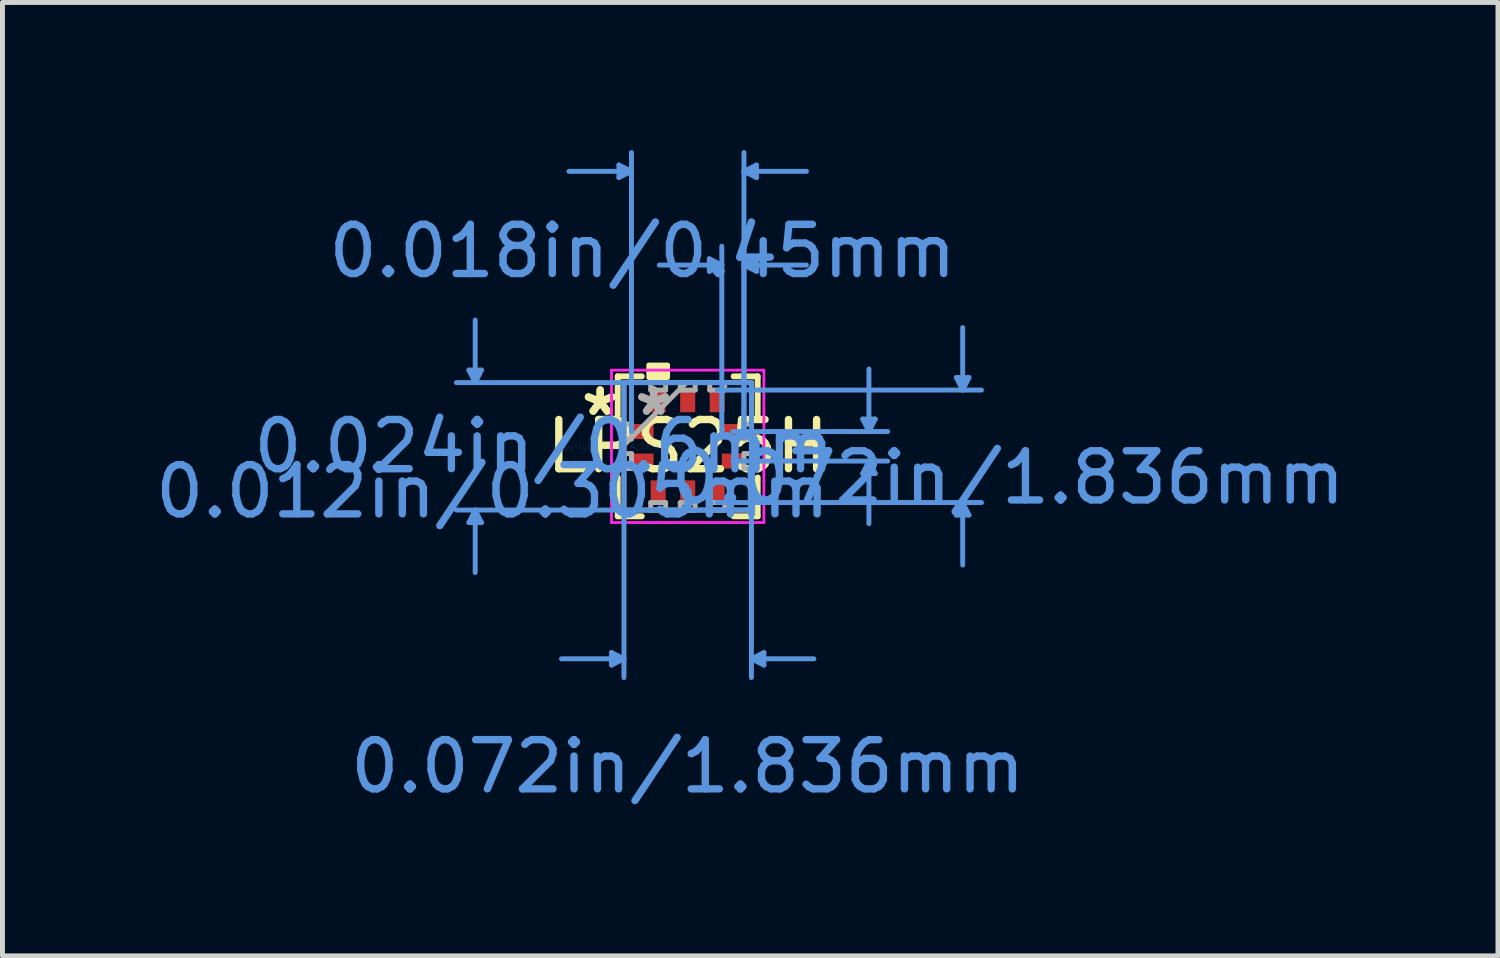
<source format=kicad_pcb>
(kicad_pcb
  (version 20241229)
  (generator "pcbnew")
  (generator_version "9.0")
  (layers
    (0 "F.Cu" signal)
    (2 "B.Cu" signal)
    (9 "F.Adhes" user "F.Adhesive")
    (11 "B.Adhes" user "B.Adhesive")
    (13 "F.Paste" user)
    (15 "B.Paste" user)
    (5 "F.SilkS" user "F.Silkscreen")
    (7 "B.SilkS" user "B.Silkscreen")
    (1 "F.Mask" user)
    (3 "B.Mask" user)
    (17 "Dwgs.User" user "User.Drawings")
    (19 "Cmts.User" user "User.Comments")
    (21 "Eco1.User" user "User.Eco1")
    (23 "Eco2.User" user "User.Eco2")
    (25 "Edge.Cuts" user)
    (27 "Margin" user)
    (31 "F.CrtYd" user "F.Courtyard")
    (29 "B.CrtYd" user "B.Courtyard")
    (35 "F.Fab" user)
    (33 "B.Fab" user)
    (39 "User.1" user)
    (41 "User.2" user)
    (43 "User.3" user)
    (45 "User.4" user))
  (footprint "LPS25H"
    (layer "F.Cu")
    (at 10.924 6.019)
    (property "Reference" "LPS25H" (at 0 0 0) (layer "F.SilkS") (effects (font (size 1 1) (thickness 0.15))))
    (attr through_hole)
    (fp_line (start -1.422 -1.422) (end -1.422 -0.633) (stroke (width 0.12) (type solid)) (layer "F.SilkS"))
    (fp_line (start -1.422 0.633) (end -1.422 1.422) (stroke (width 0.12) (type solid)) (layer "F.SilkS"))
    (fp_line (start -1.422 1.422) (end -0.933 1.422) (stroke (width 0.12) (type solid)) (layer "F.SilkS"))
    (fp_line (start -0.933 -1.422) (end -1.422 -1.422) (stroke (width 0.12) (type solid)) (layer "F.SilkS"))
    (fp_line (start 0.933 1.422) (end 1.422 1.422) (stroke (width 0.12) (type solid)) (layer "F.SilkS"))
    (fp_line (start 1.422 -1.422) (end 0.933 -1.422) (stroke (width 0.12) (type solid)) (layer "F.SilkS"))
    (fp_line (start 1.422 -0.633) (end 1.422 -1.422) (stroke (width 0.12) (type solid)) (layer "F.SilkS"))
    (fp_line (start 1.422 1.422) (end 1.422 0.633) (stroke (width 0.12) (type solid)) (layer "F.SilkS"))
    (fp_poly (pts (xy -0.79 -1.397) (xy -0.79 -1.651) (xy -0.409 -1.651) (xy -0.409 -1.397)) (stroke (width 0.1) (type solid)) (fill yes) (layer "F.SilkS"))
    (fp_line (start -4.445 -1.549) (end -4.191 -1.549) (stroke (width 0.1) (type solid)) (layer "Cmts.User"))
    (fp_line (start -4.445 1.549) (end -4.191 1.549) (stroke (width 0.1) (type solid)) (layer "Cmts.User"))
    (fp_line (start -4.318 -1.295) (end -4.445 -1.549) (stroke (width 0.1) (type solid)) (layer "Cmts.User"))
    (fp_line (start -4.318 -1.295) (end -4.318 -2.565) (stroke (width 0.1) (type solid)) (layer "Cmts.User"))
    (fp_line (start -4.318 -1.295) (end -4.191 -1.549) (stroke (width 0.1) (type solid)) (layer "Cmts.User"))
    (fp_line (start -4.318 1.295) (end -4.445 1.549) (stroke (width 0.1) (type solid)) (layer "Cmts.User"))
    (fp_line (start -4.318 1.295) (end -4.318 2.565) (stroke (width 0.1) (type solid)) (layer "Cmts.User"))
    (fp_line (start -4.318 1.295) (end -4.191 1.549) (stroke (width 0.1) (type solid)) (layer "Cmts.User"))
    (fp_line (start -1.549 4.191) (end -1.549 4.445) (stroke (width 0.1) (type solid)) (layer "Cmts.User"))
    (fp_line (start -1.397 -5.715) (end -1.397 -5.461) (stroke (width 0.1) (type solid)) (layer "Cmts.User"))
    (fp_line (start -1.295 -1.295) (end -1.295 4.699) (stroke (width 0.1) (type solid)) (layer "Cmts.User"))
    (fp_line (start -1.295 4.318) (end -2.565 4.318) (stroke (width 0.1) (type solid)) (layer "Cmts.User"))
    (fp_line (start -1.295 4.318) (end -1.549 4.191) (stroke (width 0.1) (type solid)) (layer "Cmts.User"))
    (fp_line (start -1.295 4.318) (end -1.549 4.445) (stroke (width 0.1) (type solid)) (layer "Cmts.User"))
    (fp_line (start -1.143 -5.588) (end -2.413 -5.588) (stroke (width 0.1) (type solid)) (layer "Cmts.User"))
    (fp_line (start -1.143 -5.588) (end -1.397 -5.715) (stroke (width 0.1) (type solid)) (layer "Cmts.User"))
    (fp_line (start -1.143 -5.588) (end -1.397 -5.461) (stroke (width 0.1) (type solid)) (layer "Cmts.User"))
    (fp_line (start -1.143 -0.3) (end -1.143 -5.969) (stroke (width 0.1) (type solid)) (layer "Cmts.User"))
    (fp_line (start 0.439 -3.81) (end 0.439 -3.556) (stroke (width 0.1) (type solid)) (layer "Cmts.User"))
    (fp_line (start 0.6 -1.143) (end 5.969 -1.143) (stroke (width 0.1) (type solid)) (layer "Cmts.User"))
    (fp_line (start 0.6 1.143) (end 5.969 1.143) (stroke (width 0.1) (type solid)) (layer "Cmts.User"))
    (fp_line (start 0.693 -3.683) (end -0.577 -3.683) (stroke (width 0.1) (type solid)) (layer "Cmts.User"))
    (fp_line (start 0.693 -3.683) (end 0.439 -3.81) (stroke (width 0.1) (type solid)) (layer "Cmts.User"))
    (fp_line (start 0.693 -3.683) (end 0.439 -3.556) (stroke (width 0.1) (type solid)) (layer "Cmts.User"))
    (fp_line (start 0.693 -0.3) (end 0.693 -4.064) (stroke (width 0.1) (type solid)) (layer "Cmts.User"))
    (fp_line (start 0.918 -0.3) (end 4.064 -0.3) (stroke (width 0.1) (type solid)) (layer "Cmts.User"))
    (fp_line (start 0.918 0.3) (end 4.064 0.3) (stroke (width 0.1) (type solid)) (layer "Cmts.User"))
    (fp_line (start 1.143 -5.588) (end 1.397 -5.715) (stroke (width 0.1) (type solid)) (layer "Cmts.User"))
    (fp_line (start 1.143 -5.588) (end 1.397 -5.461) (stroke (width 0.1) (type solid)) (layer "Cmts.User"))
    (fp_line (start 1.143 -5.588) (end 2.413 -5.588) (stroke (width 0.1) (type solid)) (layer "Cmts.User"))
    (fp_line (start 1.143 -3.683) (end 1.397 -3.81) (stroke (width 0.1) (type solid)) (layer "Cmts.User"))
    (fp_line (start 1.143 -3.683) (end 1.397 -3.556) (stroke (width 0.1) (type solid)) (layer "Cmts.User"))
    (fp_line (start 1.143 -3.683) (end 2.413 -3.683) (stroke (width 0.1) (type solid)) (layer "Cmts.User"))
    (fp_line (start 1.143 -0.3) (end 1.143 -5.969) (stroke (width 0.1) (type solid)) (layer "Cmts.User"))
    (fp_line (start 1.143 -0.3) (end 1.143 -4.064) (stroke (width 0.1) (type solid)) (layer "Cmts.User"))
    (fp_line (start 1.295 -1.295) (end -4.699 -1.295) (stroke (width 0.1) (type solid)) (layer "Cmts.User"))
    (fp_line (start 1.295 -1.295) (end 1.295 4.699) (stroke (width 0.1) (type solid)) (layer "Cmts.User"))
    (fp_line (start 1.295 1.295) (end -4.699 1.295) (stroke (width 0.1) (type solid)) (layer "Cmts.User"))
    (fp_line (start 1.295 4.318) (end 1.549 4.191) (stroke (width 0.1) (type solid)) (layer "Cmts.User"))
    (fp_line (start 1.295 4.318) (end 1.549 4.445) (stroke (width 0.1) (type solid)) (layer "Cmts.User"))
    (fp_line (start 1.295 4.318) (end 2.565 4.318) (stroke (width 0.1) (type solid)) (layer "Cmts.User"))
    (fp_line (start 1.397 -5.715) (end 1.397 -5.461) (stroke (width 0.1) (type solid)) (layer "Cmts.User"))
    (fp_line (start 1.397 -3.81) (end 1.397 -3.556) (stroke (width 0.1) (type solid)) (layer "Cmts.User"))
    (fp_line (start 1.549 4.191) (end 1.549 4.445) (stroke (width 0.1) (type solid)) (layer "Cmts.User"))
    (fp_line (start 3.556 -0.554) (end 3.81 -0.554) (stroke (width 0.1) (type solid)) (layer "Cmts.User"))
    (fp_line (start 3.556 0.554) (end 3.81 0.554) (stroke (width 0.1) (type solid)) (layer "Cmts.User"))
    (fp_line (start 3.683 -0.3) (end 3.556 -0.554) (stroke (width 0.1) (type solid)) (layer "Cmts.User"))
    (fp_line (start 3.683 -0.3) (end 3.683 -1.57) (stroke (width 0.1) (type solid)) (layer "Cmts.User"))
    (fp_line (start 3.683 -0.3) (end 3.81 -0.554) (stroke (width 0.1) (type solid)) (layer "Cmts.User"))
    (fp_line (start 3.683 0.3) (end 3.556 0.554) (stroke (width 0.1) (type solid)) (layer "Cmts.User"))
    (fp_line (start 3.683 0.3) (end 3.683 1.57) (stroke (width 0.1) (type solid)) (layer "Cmts.User"))
    (fp_line (start 3.683 0.3) (end 3.81 0.554) (stroke (width 0.1) (type solid)) (layer "Cmts.User"))
    (fp_line (start 5.461 -1.397) (end 5.715 -1.397) (stroke (width 0.1) (type solid)) (layer "Cmts.User"))
    (fp_line (start 5.461 1.397) (end 5.715 1.397) (stroke (width 0.1) (type solid)) (layer "Cmts.User"))
    (fp_line (start 5.588 -1.143) (end 5.461 -1.397) (stroke (width 0.1) (type solid)) (layer "Cmts.User"))
    (fp_line (start 5.588 -1.143) (end 5.588 -2.413) (stroke (width 0.1) (type solid)) (layer "Cmts.User"))
    (fp_line (start 5.588 -1.143) (end 5.715 -1.397) (stroke (width 0.1) (type solid)) (layer "Cmts.User"))
    (fp_line (start 5.588 1.143) (end 5.461 1.397) (stroke (width 0.1) (type solid)) (layer "Cmts.User"))
    (fp_line (start 5.588 1.143) (end 5.588 2.413) (stroke (width 0.1) (type solid)) (layer "Cmts.User"))
    (fp_line (start 5.588 1.143) (end 5.715 1.397) (stroke (width 0.1) (type solid)) (layer "Cmts.User"))
    (fp_line (start -1.549 -1.549) (end -1.006 -1.549) (stroke (width 0.05) (type solid)) (layer "F.CrtYd"))
    (fp_line (start -1.549 -1.549) (end -1.006 -1.549) (stroke (width 0.05) (type solid)) (layer "F.CrtYd"))
    (fp_line (start -1.549 -0.706) (end -1.549 -1.549) (stroke (width 0.05) (type solid)) (layer "F.CrtYd"))
    (fp_line (start -1.549 -0.706) (end -1.549 -1.549) (stroke (width 0.05) (type solid)) (layer "F.CrtYd"))
    (fp_line (start -1.549 -0.706) (end -1.549 -0.706) (stroke (width 0.05) (type solid)) (layer "F.CrtYd"))
    (fp_line (start -1.549 -0.706) (end -1.549 -0.706) (stroke (width 0.05) (type solid)) (layer "F.CrtYd"))
    (fp_line (start -1.549 0.706) (end -1.549 -0.706) (stroke (width 0.05) (type solid)) (layer "F.CrtYd"))
    (fp_line (start -1.549 0.706) (end -1.549 -0.706) (stroke (width 0.05) (type solid)) (layer "F.CrtYd"))
    (fp_line (start -1.549 0.706) (end -1.549 0.706) (stroke (width 0.05) (type solid)) (layer "F.CrtYd"))
    (fp_line (start -1.549 0.706) (end -1.549 0.706) (stroke (width 0.05) (type solid)) (layer "F.CrtYd"))
    (fp_line (start -1.549 1.549) (end -1.549 0.706) (stroke (width 0.05) (type solid)) (layer "F.CrtYd"))
    (fp_line (start -1.549 1.549) (end -1.549 0.706) (stroke (width 0.05) (type solid)) (layer "F.CrtYd"))
    (fp_line (start -1.006 -1.549) (end -1.006 -1.549) (stroke (width 0.05) (type solid)) (layer "F.CrtYd"))
    (fp_line (start -1.006 -1.549) (end -1.006 -1.549) (stroke (width 0.05) (type solid)) (layer "F.CrtYd"))
    (fp_line (start -1.006 -1.549) (end 1.006 -1.549) (stroke (width 0.05) (type solid)) (layer "F.CrtYd"))
    (fp_line (start -1.006 -1.549) (end 1.006 -1.549) (stroke (width 0.05) (type solid)) (layer "F.CrtYd"))
    (fp_line (start -1.006 1.549) (end -1.549 1.549) (stroke (width 0.05) (type solid)) (layer "F.CrtYd"))
    (fp_line (start -1.006 1.549) (end -1.549 1.549) (stroke (width 0.05) (type solid)) (layer "F.CrtYd"))
    (fp_line (start -1.006 1.549) (end -1.006 1.549) (stroke (width 0.05) (type solid)) (layer "F.CrtYd"))
    (fp_line (start -1.006 1.549) (end -1.006 1.549) (stroke (width 0.05) (type solid)) (layer "F.CrtYd"))
    (fp_line (start 1.006 -1.549) (end 1.006 -1.549) (stroke (width 0.05) (type solid)) (layer "F.CrtYd"))
    (fp_line (start 1.006 -1.549) (end 1.006 -1.549) (stroke (width 0.05) (type solid)) (layer "F.CrtYd"))
    (fp_line (start 1.006 -1.549) (end 1.549 -1.549) (stroke (width 0.05) (type solid)) (layer "F.CrtYd"))
    (fp_line (start 1.006 -1.549) (end 1.549 -1.549) (stroke (width 0.05) (type solid)) (layer "F.CrtYd"))
    (fp_line (start 1.006 1.549) (end -1.006 1.549) (stroke (width 0.05) (type solid)) (layer "F.CrtYd"))
    (fp_line (start 1.006 1.549) (end -1.006 1.549) (stroke (width 0.05) (type solid)) (layer "F.CrtYd"))
    (fp_line (start 1.006 1.549) (end 1.006 1.549) (stroke (width 0.05) (type solid)) (layer "F.CrtYd"))
    (fp_line (start 1.006 1.549) (end 1.006 1.549) (stroke (width 0.05) (type solid)) (layer "F.CrtYd"))
    (fp_line (start 1.549 -1.549) (end 1.549 -0.706) (stroke (width 0.05) (type solid)) (layer "F.CrtYd"))
    (fp_line (start 1.549 -1.549) (end 1.549 -0.706) (stroke (width 0.05) (type solid)) (layer "F.CrtYd"))
    (fp_line (start 1.549 -0.706) (end 1.549 -0.706) (stroke (width 0.05) (type solid)) (layer "F.CrtYd"))
    (fp_line (start 1.549 -0.706) (end 1.549 -0.706) (stroke (width 0.05) (type solid)) (layer "F.CrtYd"))
    (fp_line (start 1.549 -0.706) (end 1.549 0.706) (stroke (width 0.05) (type solid)) (layer "F.CrtYd"))
    (fp_line (start 1.549 -0.706) (end 1.549 0.706) (stroke (width 0.05) (type solid)) (layer "F.CrtYd"))
    (fp_line (start 1.549 0.706) (end 1.549 0.706) (stroke (width 0.05) (type solid)) (layer "F.CrtYd"))
    (fp_line (start 1.549 0.706) (end 1.549 0.706) (stroke (width 0.05) (type solid)) (layer "F.CrtYd"))
    (fp_line (start 1.549 0.706) (end 1.549 1.549) (stroke (width 0.05) (type solid)) (layer "F.CrtYd"))
    (fp_line (start 1.549 0.706) (end 1.549 1.549) (stroke (width 0.05) (type solid)) (layer "F.CrtYd"))
    (fp_line (start 1.549 1.549) (end 1.006 1.549) (stroke (width 0.05) (type solid)) (layer "F.CrtYd"))
    (fp_line (start 1.549 1.549) (end 1.006 1.549) (stroke (width 0.05) (type solid)) (layer "F.CrtYd"))
    (fp_line (start -1.295 -1.295) (end -1.295 -1.295) (stroke (width 0.1) (type solid)) (layer "F.Fab"))
    (fp_line (start -1.295 -1.295) (end -1.295 1.295) (stroke (width 0.1) (type solid)) (layer "F.Fab"))
    (fp_line (start -1.295 -0.452) (end -1.143 -0.452) (stroke (width 0.1) (type solid)) (layer "F.Fab"))
    (fp_line (start -1.295 -0.148) (end -1.295 -0.452) (stroke (width 0.1) (type solid)) (layer "F.Fab"))
    (fp_line (start -1.295 -0.025) (end -0.025 -1.295) (stroke (width 0.1) (type solid)) (layer "F.Fab"))
    (fp_line (start -1.295 0.148) (end -1.143 0.148) (stroke (width 0.1) (type solid)) (layer "F.Fab"))
    (fp_line (start -1.295 0.452) (end -1.295 0.148) (stroke (width 0.1) (type solid)) (layer "F.Fab"))
    (fp_line (start -1.295 1.295) (end -1.295 1.295) (stroke (width 0.1) (type solid)) (layer "F.Fab"))
    (fp_line (start -1.295 1.295) (end 1.295 1.295) (stroke (width 0.1) (type solid)) (layer "F.Fab"))
    (fp_line (start -1.143 -0.452) (end -1.143 -0.148) (stroke (width 0.1) (type solid)) (layer "F.Fab"))
    (fp_line (start -1.143 -0.148) (end -1.295 -0.148) (stroke (width 0.1) (type solid)) (layer "F.Fab"))
    (fp_line (start -1.143 0.148) (end -1.143 0.452) (stroke (width 0.1) (type solid)) (layer "F.Fab"))
    (fp_line (start -1.143 0.452) (end -1.295 0.452) (stroke (width 0.1) (type solid)) (layer "F.Fab"))
    (fp_line (start -0.752 -1.295) (end -0.448 -1.295) (stroke (width 0.1) (type solid)) (layer "F.Fab"))
    (fp_line (start -0.752 -1.143) (end -0.752 -1.295) (stroke (width 0.1) (type solid)) (layer "F.Fab"))
    (fp_line (start -0.752 1.143) (end -0.448 1.143) (stroke (width 0.1) (type solid)) (layer "F.Fab"))
    (fp_line (start -0.752 1.295) (end -0.752 1.143) (stroke (width 0.1) (type solid)) (layer "F.Fab"))
    (fp_line (start -0.448 -1.295) (end -0.448 -1.143) (stroke (width 0.1) (type solid)) (layer "F.Fab"))
    (fp_line (start -0.448 -1.143) (end -0.752 -1.143) (stroke (width 0.1) (type solid)) (layer "F.Fab"))
    (fp_line (start -0.448 1.143) (end -0.448 1.295) (stroke (width 0.1) (type solid)) (layer "F.Fab"))
    (fp_line (start -0.448 1.295) (end -0.752 1.295) (stroke (width 0.1) (type solid)) (layer "F.Fab"))
    (fp_line (start -0.152 -1.295) (end 0.152 -1.295) (stroke (width 0.1) (type solid)) (layer "F.Fab"))
    (fp_line (start -0.152 -1.143) (end -0.152 -1.295) (stroke (width 0.1) (type solid)) (layer "F.Fab"))
    (fp_line (start -0.152 1.143) (end 0.152 1.143) (stroke (width 0.1) (type solid)) (layer "F.Fab"))
    (fp_line (start -0.152 1.295) (end -0.152 1.143) (stroke (width 0.1) (type solid)) (layer "F.Fab"))
    (fp_line (start 0.152 -1.295) (end 0.152 -1.143) (stroke (width 0.1) (type solid)) (layer "F.Fab"))
    (fp_line (start 0.152 -1.143) (end -0.152 -1.143) (stroke (width 0.1) (type solid)) (layer "F.Fab"))
    (fp_line (start 0.152 1.143) (end 0.152 1.295) (stroke (width 0.1) (type solid)) (layer "F.Fab"))
    (fp_line (start 0.152 1.295) (end -0.152 1.295) (stroke (width 0.1) (type solid)) (layer "F.Fab"))
    (fp_line (start 0.448 -1.295) (end 0.752 -1.295) (stroke (width 0.1) (type solid)) (layer "F.Fab"))
    (fp_line (start 0.448 -1.143) (end 0.448 -1.295) (stroke (width 0.1) (type solid)) (layer "F.Fab"))
    (fp_line (start 0.448 1.143) (end 0.752 1.143) (stroke (width 0.1) (type solid)) (layer "F.Fab"))
    (fp_line (start 0.448 1.295) (end 0.448 1.143) (stroke (width 0.1) (type solid)) (layer "F.Fab"))
    (fp_line (start 0.752 -1.295) (end 0.752 -1.143) (stroke (width 0.1) (type solid)) (layer "F.Fab"))
    (fp_line (start 0.752 -1.143) (end 0.448 -1.143) (stroke (width 0.1) (type solid)) (layer "F.Fab"))
    (fp_line (start 0.752 1.143) (end 0.752 1.295) (stroke (width 0.1) (type solid)) (layer "F.Fab"))
    (fp_line (start 0.752 1.295) (end 0.448 1.295) (stroke (width 0.1) (type solid)) (layer "F.Fab"))
    (fp_line (start 1.143 -0.452) (end 1.295 -0.452) (stroke (width 0.1) (type solid)) (layer "F.Fab"))
    (fp_line (start 1.143 -0.148) (end 1.143 -0.452) (stroke (width 0.1) (type solid)) (layer "F.Fab"))
    (fp_line (start 1.143 0.148) (end 1.295 0.148) (stroke (width 0.1) (type solid)) (layer "F.Fab"))
    (fp_line (start 1.143 0.452) (end 1.143 0.148) (stroke (width 0.1) (type solid)) (layer "F.Fab"))
    (fp_line (start 1.295 -1.295) (end -1.295 -1.295) (stroke (width 0.1) (type solid)) (layer "F.Fab"))
    (fp_line (start 1.295 -1.295) (end 1.295 -1.295) (stroke (width 0.1) (type solid)) (layer "F.Fab"))
    (fp_line (start 1.295 -0.452) (end 1.295 -0.148) (stroke (width 0.1) (type solid)) (layer "F.Fab"))
    (fp_line (start 1.295 -0.148) (end 1.143 -0.148) (stroke (width 0.1) (type solid)) (layer "F.Fab"))
    (fp_line (start 1.295 0.148) (end 1.295 0.452) (stroke (width 0.1) (type solid)) (layer "F.Fab"))
    (fp_line (start 1.295 0.452) (end 1.143 0.452) (stroke (width 0.1) (type solid)) (layer "F.Fab"))
    (fp_line (start 1.295 1.295) (end 1.295 -1.295) (stroke (width 0.1) (type solid)) (layer "F.Fab"))
    (fp_line (start 1.295 1.295) (end 1.295 1.295) (stroke (width 0.1) (type solid)) (layer "F.Fab"))
    (fp_text user "*" (at -1.778 -0.6 0) (layer "F.SilkS") (effects (font (size 1 1) (thickness 0.15))))
    (fp_text user "*" (at -1.778 -0.6 0) (layer "F.SilkS") (effects (font (size 1 1) (thickness 0.15))))
    (fp_text user "0.018in/0.45mm" (at -0.918 -3.966 0) (layer "Cmts.User") (effects (font (size 1 1) (thickness 0.15))))
    (fp_text user "Copyright 2021 Accelerated Designs. All rights reserved." (at 0 0 0) (layer "Cmts.User") (effects (font (size 0.127 0.127) (thickness 0.002))))
    (fp_text user "0.072in/1.836mm" (at 0 6.506 0) (layer "Cmts.User") (effects (font (size 1 1) (thickness 0.15))))
    (fp_text user "0.024in/0.6mm" (at -2.921 0 0) (layer "Cmts.User") (effects (font (size 1 1) (thickness 0.15))))
    (fp_text user "0.012in/0.305mm" (at -3.966 0.918 0) (layer "Cmts.User") (effects (font (size 1 1) (thickness 0.15))))
    (fp_text user "0.072in/1.836mm" (at 6.506 0.635 0) (layer "Cmts.User") (effects (font (size 1 1) (thickness 0.15))))
    (fp_text user "*" (at -0.693 -0.6 0) (layer "F.Fab") (effects (font (size 1 1) (thickness 0.15))))
    (fp_text user "*" (at -0.693 -0.6 0) (layer "F.Fab") (effects (font (size 1 1) (thickness 0.15))))
    (pad "1" smd rect (at -0.918 -0.3 90) (size 0.305 0.45) (layers "F.Cu" "F.Mask" "F.Paste"))
    (pad "2" smd rect (at -0.918 0.3 90) (size 0.305 0.45) (layers "F.Cu" "F.Mask" "F.Paste"))
    (pad "3" smd rect (at -0.6 0.918) (size 0.305 0.45) (layers "F.Cu" "F.Mask" "F.Paste"))
    (pad "4" smd rect (at 0 0.918) (size 0.305 0.45) (layers "F.Cu" "F.Mask" "F.Paste"))
    (pad "5" smd rect (at 0.6 0.918) (size 0.305 0.45) (layers "F.Cu" "F.Mask" "F.Paste"))
    (pad "6" smd rect (at 0.918 0.3 90) (size 0.305 0.45) (layers "F.Cu" "F.Mask" "F.Paste"))
    (pad "7" smd rect (at 0.918 -0.3 90) (size 0.305 0.45) (layers "F.Cu" "F.Mask" "F.Paste"))
    (pad "8" smd rect (at 0.6 -0.918) (size 0.305 0.45) (layers "F.Cu" "F.Mask" "F.Paste"))
    (pad "9" smd rect (at 0 -0.918) (size 0.305 0.45) (layers "F.Cu" "F.Mask" "F.Paste"))
    (pad "10" smd rect (at -0.6 -0.918) (size 0.305 0.45) (layers "F.Cu" "F.Mask" "F.Paste")))
  (gr_rect
    (start -3 -3)
    (end 27.389 16.373)
    (stroke (width 0.1) (type default))
    (fill no)
    (layer "Edge.Cuts")))
</source>
